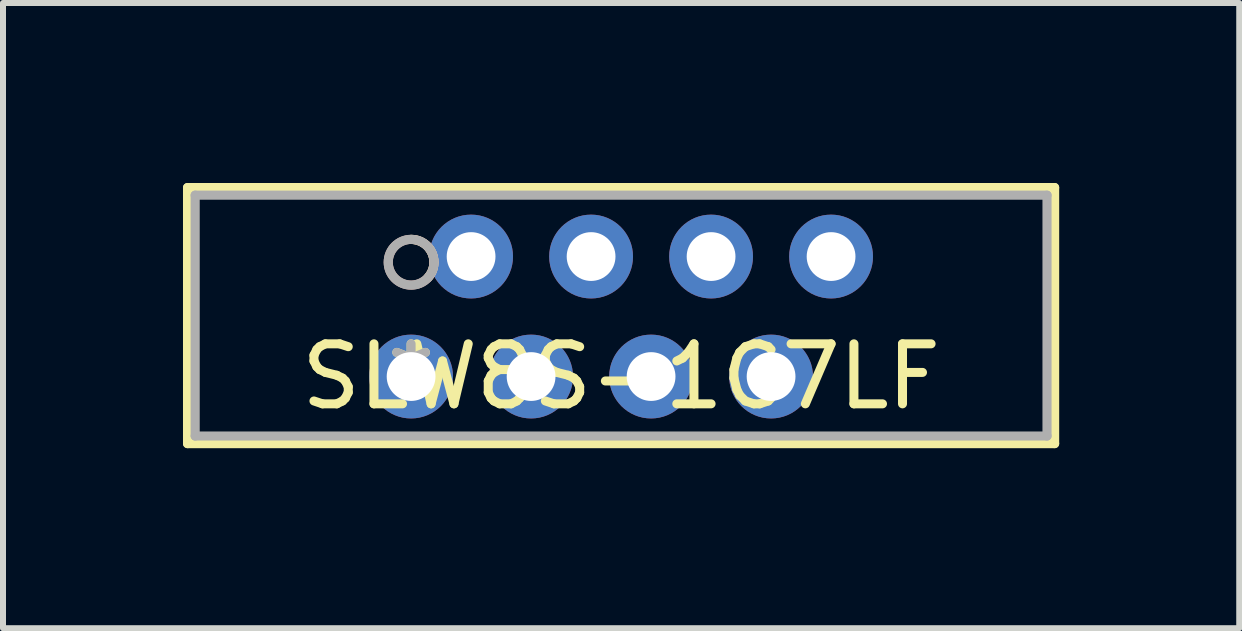
<source format=kicad_pcb>
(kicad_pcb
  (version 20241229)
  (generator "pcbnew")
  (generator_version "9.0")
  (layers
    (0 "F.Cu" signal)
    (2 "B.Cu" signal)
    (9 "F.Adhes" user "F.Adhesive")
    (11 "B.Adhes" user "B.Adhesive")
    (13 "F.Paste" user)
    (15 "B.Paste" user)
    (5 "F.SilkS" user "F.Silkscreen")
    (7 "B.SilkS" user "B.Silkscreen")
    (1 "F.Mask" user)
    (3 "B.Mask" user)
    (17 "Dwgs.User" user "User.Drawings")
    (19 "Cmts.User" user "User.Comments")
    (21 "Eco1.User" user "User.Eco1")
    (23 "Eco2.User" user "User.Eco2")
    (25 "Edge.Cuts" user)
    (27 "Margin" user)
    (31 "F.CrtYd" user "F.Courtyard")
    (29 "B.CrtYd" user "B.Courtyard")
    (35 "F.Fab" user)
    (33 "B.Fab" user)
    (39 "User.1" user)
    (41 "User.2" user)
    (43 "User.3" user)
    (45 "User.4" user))
  (footprint "SLW8S-1C7LF"
    (layer "F.Cu")
    (at 3.802 3.226)
    (property "Reference" "SLW8S-1C7LF" (at 3.5 0 0) (layer "F.SilkS") (effects (font (size 1 1) (thickness 0.15))))
    (attr through_hole)
    (fp_line (start -3.726 -3.15) (end -3.726 1.118) (stroke (width 0.152) (type solid)) (layer "F.SilkS"))
    (fp_line (start -3.726 1.118) (end 10.726 1.118) (stroke (width 0.152) (type solid)) (layer "F.SilkS"))
    (fp_line (start 10.726 -3.15) (end -3.726 -3.15) (stroke (width 0.152) (type solid)) (layer "F.SilkS"))
    (fp_line (start 10.726 1.118) (end 10.726 -3.15) (stroke (width 0.152) (type solid)) (layer "F.SilkS"))
    (fp_arc (start 0 -2.286) (mid 0.348883 -2.058106) (end 0.280399 -1.647052) (stroke (width 0.1524) (type solid)) (layer "F.SilkS"))
    (fp_circle (center 0 -1.905) (end 0.381 -1.905) (stroke (width 0.152) (type solid)) (fill no) (layer "B.SilkS"))
    (fp_line (start -3.599 -3.023) (end -3.599 0.991) (stroke (width 0.152) (type solid)) (layer "F.Fab"))
    (fp_line (start -3.599 0.991) (end 10.599 0.991) (stroke (width 0.152) (type solid)) (layer "F.Fab"))
    (fp_line (start 10.599 -3.023) (end -3.599 -3.023) (stroke (width 0.152) (type solid)) (layer "F.Fab"))
    (fp_line (start 10.599 0.991) (end 10.599 -3.023) (stroke (width 0.152) (type solid)) (layer "F.Fab"))
    (fp_circle (center 0 -1.905) (end 0.381 -1.905) (stroke (width 0.152) (type solid)) (fill no) (layer "F.Fab"))
    (fp_text user "*" (at 0 0 0) (layer "F.SilkS") (effects (font (size 1 1) (thickness 0.15))))
    (fp_text user "*" (at 0 0 0) (layer "F.Fab") (effects (font (size 1 1) (thickness 0.15))))
    (pad "1" thru_hole circle (at 0 0) (size 1.397 1.397) (drill 0.813) (layers "*.Cu" "*.Mask"))
    (pad "2" thru_hole circle (at 1 -2) (size 1.397 1.397) (drill 0.813) (layers "*.Cu" "*.Mask"))
    (pad "3" thru_hole circle (at 2 0) (size 1.397 1.397) (drill 0.813) (layers "*.Cu" "*.Mask"))
    (pad "4" thru_hole circle (at 3 -2) (size 1.397 1.397) (drill 0.813) (layers "*.Cu" "*.Mask"))
    (pad "5" thru_hole circle (at 4 0) (size 1.397 1.397) (drill 0.813) (layers "*.Cu" "*.Mask"))
    (pad "6" thru_hole circle (at 5 -2) (size 1.397 1.397) (drill 0.813) (layers "*.Cu" "*.Mask"))
    (pad "7" thru_hole circle (at 6 0) (size 1.397 1.397) (drill 0.813) (layers "*.Cu" "*.Mask"))
    (pad "8" thru_hole circle (at 7 -2) (size 1.397 1.397) (drill 0.813) (layers "*.Cu" "*.Mask")))
  (gr_rect
    (start -3 -3)
    (end 17.605 7.42)
    (stroke (width 0.1) (type default))
    (fill no)
    (layer "Edge.Cuts")))
</source>
